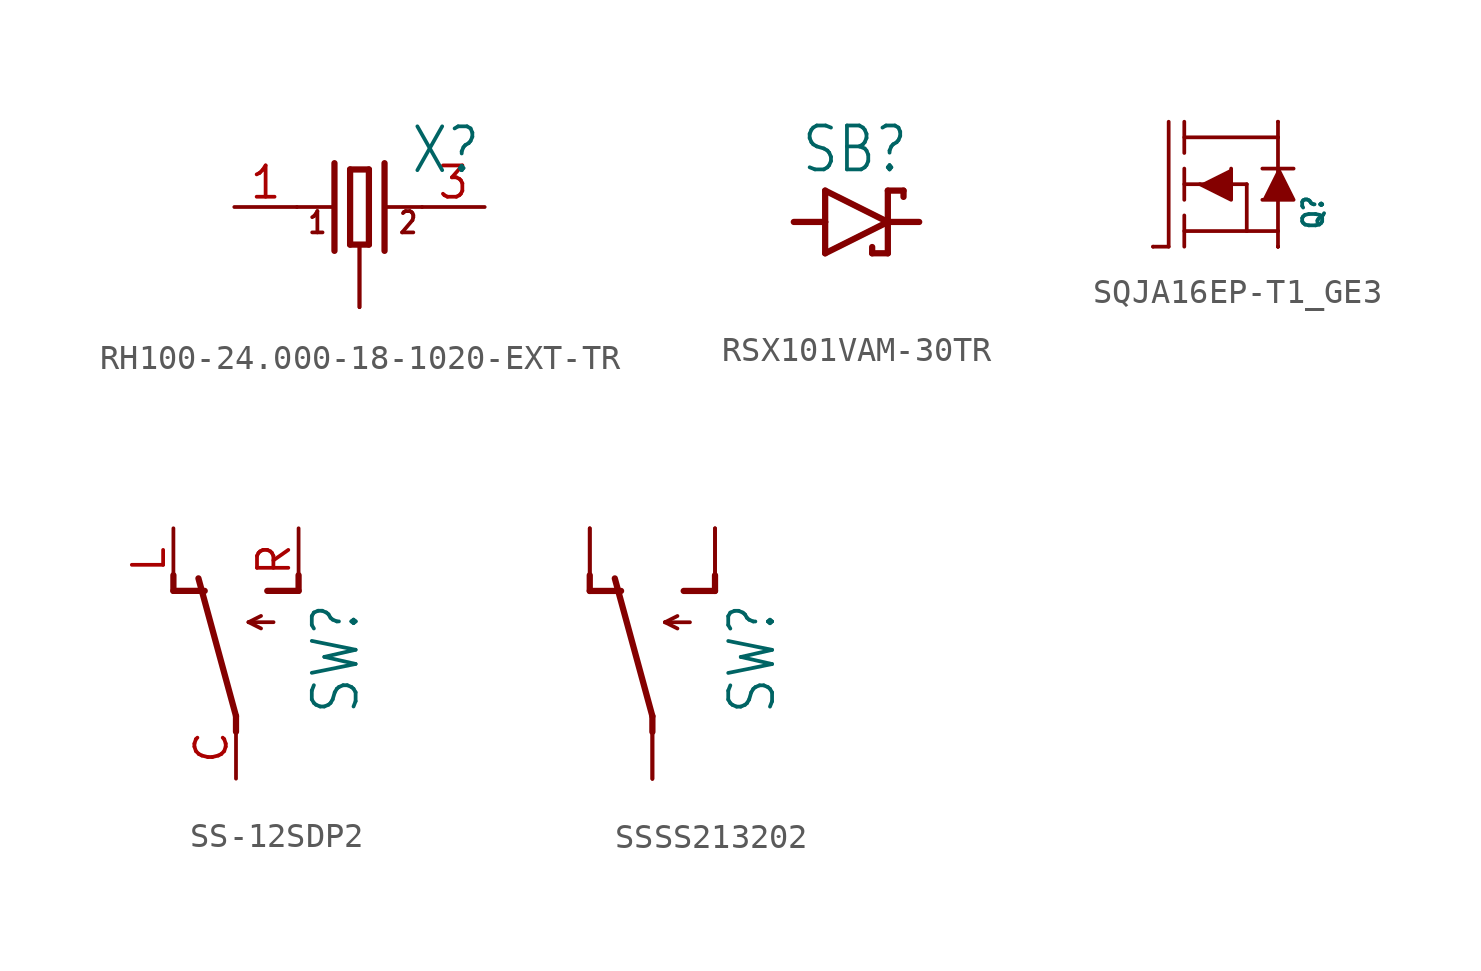
<source format=kicad_sym>
(kicad_symbol_lib
  (version 20220914)
  (generator kicad_symbol_editor)
  (symbol "RH100-24.000-18-1020-EXT-TR"
    (property "Reference" "X"
      (at 2.032 1.27 0)
      (effects (font (size 1.778 1.511)) (justify left bottom)))
    (property "Value" ""
      (at 1.27 -4.064 0)
      (effects (font (size 1.778 1.511)) (justify left bottom)))
    (property "ki_locked" ""
      (at 0 0 0)
      (effects (font (size 1.27 1.27))))
    (symbol "RH100-24.000-18-1020-EXT-TR_1_0"
      (polyline (pts (xy -2.54 0) (xy -1.016 0)) (stroke (width 0.152) (type solid)) (fill (type none)))
      (polyline (pts (xy -1.016 1.778) (xy -1.016 -1.778)) (stroke (width 0.254) (type solid)) (fill (type none)))
      (polyline (pts (xy -0.381 -1.524) (xy 0.381 -1.524)) (stroke (width 0.254) (type solid)) (fill (type none)))
      (polyline (pts (xy -0.381 1.524) (xy -0.381 -1.524)) (stroke (width 0.254) (type solid)) (fill (type none)))
      (polyline (pts (xy 0.381 -1.524) (xy 0.381 1.524)) (stroke (width 0.254) (type solid)) (fill (type none)))
      (polyline (pts (xy 0.381 1.524) (xy -0.381 1.524)) (stroke (width 0.254) (type solid)) (fill (type none)))
      (polyline (pts (xy 1.016 0) (xy 2.54 0)) (stroke (width 0.152) (type solid)) (fill (type none)))
      (polyline (pts (xy 1.016 1.778) (xy 1.016 -1.778)) (stroke (width 0.254) (type solid)) (fill (type none)))
      (text "1" (at -2.159 -1.143 0) (effects (font (size 0.864 0.734)) (justify left bottom)))
      (text "2" (at 1.524 -1.143 0) (effects (font (size 0.864 0.734)) (justify left bottom)))
      (pin passive line (at -5.08 0 0) (length 2.54) (name "1" (effects (font (size 0 0)))) (number "1" (effects (font (size 1.27 1.27)))))
      (pin bidirectional line (at 0 -4.064 90) (length 2.54) (name "SHIELD" (effects (font (size 0 0)))) (number "2" (effects (font (size 0 0)))))
      (pin passive line (at 5.08 0 180) (length 2.54) (name "2" (effects (font (size 0 0)))) (number "3" (effects (font (size 1.27 1.27)))))
      (pin bidirectional line (at 0 -4.064 90) (length 2.54) (name "SHIELD" (effects (font (size 0 0)))) (number "4" (effects (font (size 0 0)))))))
  (symbol "RSX101VAM-30TR"
    (property "Reference" "SB"
      (at -2.286 1.905 0)
      (effects (font (size 1.778 1.511)) (justify left bottom)))
    (property "Value" ""
      (at -2.286 -3.429 0)
      (effects (font (size 1.778 1.511)) (justify left bottom)))
    (property "ki_locked" ""
      (at 0 0 0)
      (effects (font (size 1.27 1.27))))
    (symbol "RSX101VAM-30TR_1_0"
      (polyline (pts (xy -1.27 -1.27) (xy 1.27 0)) (stroke (width 0.254) (type solid)) (fill (type none)))
      (polyline (pts (xy -1.27 0) (xy -2.54 0)) (stroke (width 0.254) (type solid)) (fill (type none)))
      (polyline (pts (xy -1.27 0) (xy -1.27 -1.27)) (stroke (width 0.254) (type solid)) (fill (type none)))
      (polyline (pts (xy -1.27 1.27) (xy -1.27 0)) (stroke (width 0.254) (type solid)) (fill (type none)))
      (polyline (pts (xy 0.635 -1.016) (xy 0.635 -1.27)) (stroke (width 0.254) (type solid)) (fill (type none)))
      (polyline (pts (xy 1.27 -1.27) (xy 0.635 -1.27)) (stroke (width 0.254) (type solid)) (fill (type none)))
      (polyline (pts (xy 1.27 0) (xy -1.27 1.27)) (stroke (width 0.254) (type solid)) (fill (type none)))
      (polyline (pts (xy 1.27 0) (xy 1.27 -1.27)) (stroke (width 0.254) (type solid)) (fill (type none)))
      (polyline (pts (xy 1.27 0) (xy 2.54 0)) (stroke (width 0.254) (type solid)) (fill (type none)))
      (polyline (pts (xy 1.27 1.27) (xy 1.27 0)) (stroke (width 0.254) (type solid)) (fill (type none)))
      (polyline (pts (xy 1.905 1.27) (xy 1.27 1.27)) (stroke (width 0.254) (type solid)) (fill (type none)))
      (polyline (pts (xy 1.905 1.27) (xy 1.905 1.016)) (stroke (width 0.254) (type solid)) (fill (type none)))
      (pin passive line (at -2.54 0 0) (length 0) (name "A" (effects (font (size 0 0)))) (number "A" (effects (font (size 0 0)))))
      (pin passive line (at 2.54 0 180) (length 0) (name "C" (effects (font (size 0 0)))) (number "C" (effects (font (size 0 0)))))))
  (symbol "SQJA16EP-T1_GE3"
    (property "Reference" "Q"
      (at 1.905 -1.905 90)
      (effects (font (size 0.813 0.691)) (justify left bottom)))
    (property "ki_locked" ""
      (at 0 0 0)
      (effects (font (size 1.27 1.27))))
    (symbol "SQJA16EP-T1_GE3_1_0"
      (polyline (pts (xy -5.08 -2.54) (xy -4.445 -2.54)) (stroke (width 0.152) (type solid)) (fill (type none)))
      (polyline (pts (xy -4.445 2.54) (xy -4.445 -2.54)) (stroke (width 0.152) (type solid)) (fill (type none)))
      (polyline (pts (xy -3.81 -1.27) (xy -3.81 -2.54)) (stroke (width 0.152) (type solid)) (fill (type none)))
      (polyline (pts (xy -3.81 -0.635) (xy -3.81 0.635)) (stroke (width 0.152) (type solid)) (fill (type none)))
      (polyline (pts (xy -3.81 0) (xy -1.27 0)) (stroke (width 0.152) (type solid)) (fill (type none)))
      (polyline (pts (xy -3.81 1.27) (xy -3.81 2.54)) (stroke (width 0.152) (type solid)) (fill (type none)))
      (polyline (pts (xy -3.81 1.905) (xy 0 1.905)) (stroke (width 0.152) (type solid)) (fill (type none)))
      (polyline (pts (xy -1.27 -1.905) (xy -3.81 -1.905)) (stroke (width 0.152) (type solid)) (fill (type none)))
      (polyline (pts (xy -1.27 0) (xy -1.27 -1.905)) (stroke (width 0.152) (type solid)) (fill (type none)))
      (polyline (pts (xy -0.635 0.635) (xy 0.635 0.635)) (stroke (width 0.152) (type solid)) (fill (type none)))
      (polyline (pts (xy 0 -2.54) (xy 0 -1.905)) (stroke (width 0.152) (type solid)) (fill (type none)))
      (polyline (pts (xy 0 -1.905) (xy -1.27 -1.905)) (stroke (width 0.152) (type solid)) (fill (type none)))
      (polyline (pts (xy 0 1.905) (xy 0 -1.905)) (stroke (width 0.152) (type solid)) (fill (type none)))
      (polyline (pts (xy 0 1.905) (xy 0 2.54)) (stroke (width 0.152) (type solid)) (fill (type none)))
      (polyline (pts (xy -1.905 0.635) (xy -1.905 -0.635) (xy -3.175 0)) (stroke (width 0.152) (type solid)) (fill (type outline)))
      (polyline (pts (xy -0.635 -0.635) (xy 0.635 -0.635) (xy 0 0.635)) (stroke (width 0.152) (type solid)) (fill (type outline)))
      (pin passive line (at 0 2.54 0) (length 0) (name "D" (effects (font (size 0 0)))) (number "D" (effects (font (size 0 0)))))
      (pin passive line (at -5.08 -2.54 0) (length 0) (name "G" (effects (font (size 0 0)))) (number "G" (effects (font (size 0 0)))))
      (pin passive line (at 0 -2.54 0) (length 0) (name "S" (effects (font (size 0 0)))) (number "S1" (effects (font (size 0 0)))))
      (pin passive line (at 0 -2.54 0) (length 0) (name "S" (effects (font (size 0 0)))) (number "S2" (effects (font (size 0 0)))))
      (pin passive line (at 0 -2.54 0) (length 0) (name "S" (effects (font (size 0 0)))) (number "S3" (effects (font (size 0 0)))))))
  (symbol "SS-12SDP2"
    (property "Reference" "SW"
      (at 5.08 -2.54 90)
      (effects (font (size 1.778 1.511)) (justify left bottom)))
    (property "Value" ""
      (at 7.62 -2.54 90)
      (effects (font (size 1.778 1.511)) (justify left bottom)))
    (property "ki_locked" ""
      (at 0 0 0)
      (effects (font (size 1.27 1.27))))
    (symbol "SS-12SDP2_1_0"
      (polyline (pts (xy -2.54 2.54) (xy -2.54 3.175)) (stroke (width 0.254) (type solid)) (fill (type none)))
      (polyline (pts (xy -2.54 2.54) (xy -1.27 2.54)) (stroke (width 0.254) (type solid)) (fill (type none)))
      (polyline (pts (xy 0 -3.175) (xy 0 -2.54)) (stroke (width 0.254) (type solid)) (fill (type none)))
      (polyline (pts (xy 0 -2.54) (xy -1.524 3.048)) (stroke (width 0.254) (type solid)) (fill (type none)))
      (polyline (pts (xy 0.508 1.27) (xy 1.016 1.016)) (stroke (width 0.152) (type solid)) (fill (type none)))
      (polyline (pts (xy 0.508 1.27) (xy 1.016 1.524)) (stroke (width 0.152) (type solid)) (fill (type none)))
      (polyline (pts (xy 0.508 1.27) (xy 1.524 1.27)) (stroke (width 0.152) (type solid)) (fill (type none)))
      (polyline (pts (xy 1.27 2.54) (xy 2.54 2.54)) (stroke (width 0.254) (type solid)) (fill (type none)))
      (polyline (pts (xy 2.54 2.54) (xy 2.54 3.175)) (stroke (width 0.254) (type solid)) (fill (type none)))
      (pin passive line (at 0 -5.08 90) (length 2.54) (name "C" (effects (font (size 0 0)))) (number "C" (effects (font (size 1.27 1.27)))))
      (pin passive line (at -2.54 5.08 270) (length 2.54) (name "L" (effects (font (size 0 0)))) (number "L" (effects (font (size 1.27 1.27)))))
      (pin passive line (at 2.54 5.08 270) (length 2.54) (name "R" (effects (font (size 0 0)))) (number "R" (effects (font (size 1.27 1.27)))))))
  (symbol "SSSS213202"
    (property "Reference" "SW"
      (at 5.08 -2.54 90)
      (effects (font (size 1.778 1.511)) (justify left bottom)))
    (property "Value" ""
      (at 7.62 -2.54 90)
      (effects (font (size 1.778 1.511)) (justify left bottom)))
    (property "ki_locked" ""
      (at 0 0 0)
      (effects (font (size 1.27 1.27))))
    (symbol "SSSS213202_1_0"
      (polyline (pts (xy -2.54 2.54) (xy -2.54 3.175)) (stroke (width 0.254) (type solid)) (fill (type none)))
      (polyline (pts (xy -2.54 2.54) (xy -1.27 2.54)) (stroke (width 0.254) (type solid)) (fill (type none)))
      (polyline (pts (xy 0 -3.175) (xy 0 -2.54)) (stroke (width 0.254) (type solid)) (fill (type none)))
      (polyline (pts (xy 0 -2.54) (xy -1.524 3.048)) (stroke (width 0.254) (type solid)) (fill (type none)))
      (polyline (pts (xy 0.508 1.27) (xy 1.016 1.016)) (stroke (width 0.152) (type solid)) (fill (type none)))
      (polyline (pts (xy 0.508 1.27) (xy 1.016 1.524)) (stroke (width 0.152) (type solid)) (fill (type none)))
      (polyline (pts (xy 0.508 1.27) (xy 1.524 1.27)) (stroke (width 0.152) (type solid)) (fill (type none)))
      (polyline (pts (xy 1.27 2.54) (xy 2.54 2.54)) (stroke (width 0.254) (type solid)) (fill (type none)))
      (polyline (pts (xy 2.54 2.54) (xy 2.54 3.175)) (stroke (width 0.254) (type solid)) (fill (type none)))
      (pin passive line (at -2.54 5.08 270) (length 2.54) (name "L" (effects (font (size 0 0)))) (number "1A" (effects (font (size 0 0)))))
      (pin passive line (at -2.54 5.08 270) (length 2.54) (name "L" (effects (font (size 0 0)))) (number "1B" (effects (font (size 0 0)))))
      (pin passive line (at 0 -5.08 90) (length 2.54) (name "C" (effects (font (size 0 0)))) (number "2A" (effects (font (size 0 0)))))
      (pin passive line (at 0 -5.08 90) (length 2.54) (name "C" (effects (font (size 0 0)))) (number "2B" (effects (font (size 0 0)))))
      (pin passive line (at 2.54 5.08 270) (length 2.54) (name "R" (effects (font (size 0 0)))) (number "3A" (effects (font (size 0 0)))))
      (pin passive line (at 2.54 5.08 270) (length 2.54) (name "R" (effects (font (size 0 0)))) (number "3B" (effects (font (size 0 0))))))))
</source>
